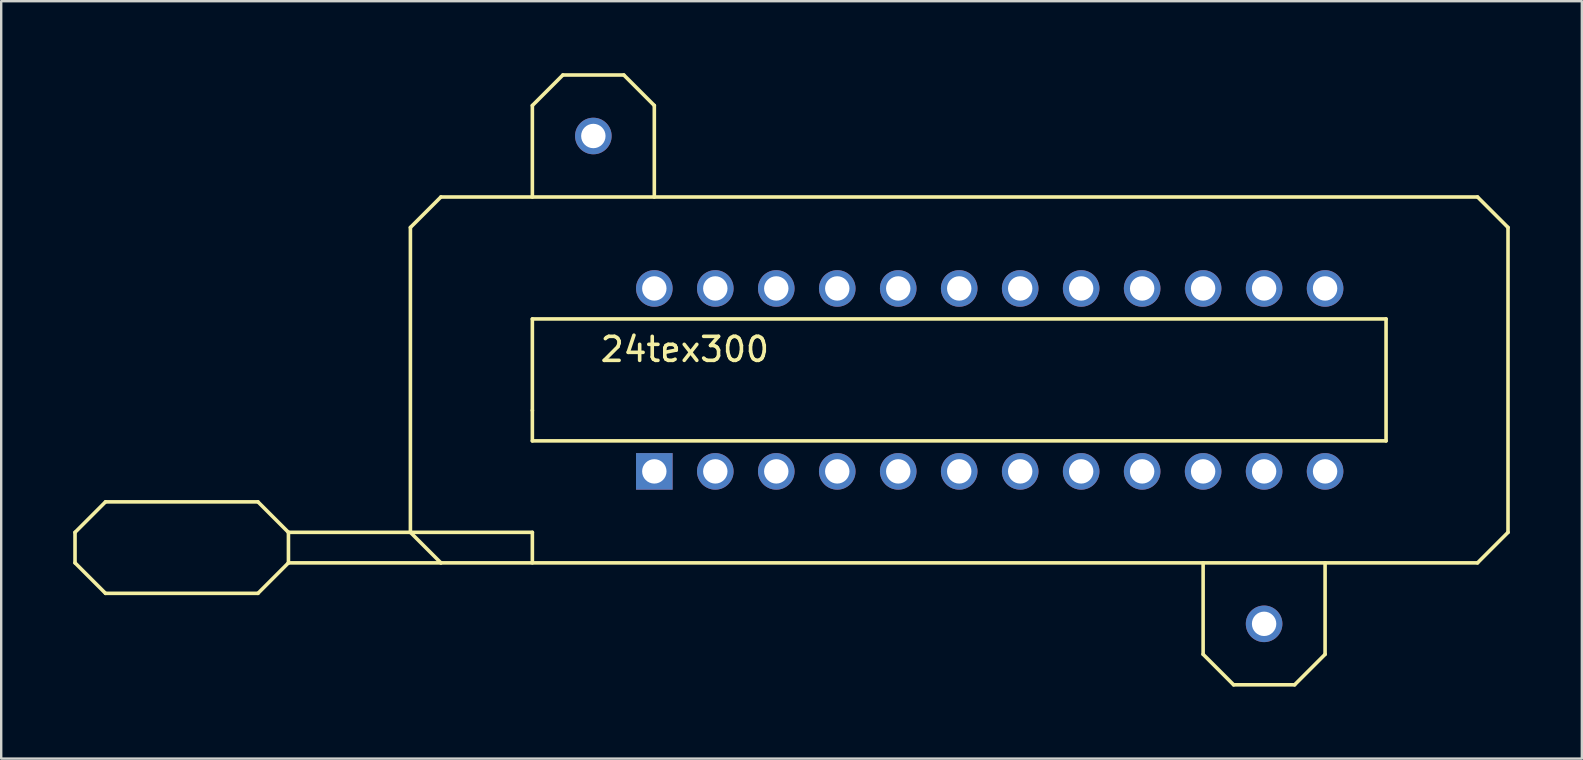
<source format=kicad_pcb>
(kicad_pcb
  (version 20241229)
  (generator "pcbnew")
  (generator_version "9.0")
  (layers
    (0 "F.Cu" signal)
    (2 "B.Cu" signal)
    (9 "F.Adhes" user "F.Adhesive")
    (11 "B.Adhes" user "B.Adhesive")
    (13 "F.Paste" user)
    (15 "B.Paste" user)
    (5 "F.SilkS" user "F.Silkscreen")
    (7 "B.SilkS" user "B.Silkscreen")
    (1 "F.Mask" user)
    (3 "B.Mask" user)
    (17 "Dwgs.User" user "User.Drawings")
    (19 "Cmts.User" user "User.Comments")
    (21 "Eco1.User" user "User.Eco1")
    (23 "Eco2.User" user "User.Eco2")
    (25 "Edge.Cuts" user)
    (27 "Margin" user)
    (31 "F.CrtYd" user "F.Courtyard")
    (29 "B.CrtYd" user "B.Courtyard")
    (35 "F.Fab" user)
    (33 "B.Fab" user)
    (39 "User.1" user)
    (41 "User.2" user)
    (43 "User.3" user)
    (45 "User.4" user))
  (footprint "24tex300"
    (layer "F.Cu")
    (at 38.175 12.775)
    (property "Reference" "24tex300" (at -12.7 -1.27 0) (layer "F.SilkS") (effects (font (size 1 1) (thickness 0.15))))
    (attr through_hole)
    (fp_line (start -38.1 6.35) (end -38.1 7.62) (stroke (width 0.15) (type solid)) (layer "F.SilkS"))
    (fp_line (start -38.1 7.62) (end -36.83 8.89) (stroke (width 0.15) (type solid)) (layer "F.SilkS"))
    (fp_line (start -36.83 5.08) (end -38.1 6.35) (stroke (width 0.15) (type solid)) (layer "F.SilkS"))
    (fp_line (start -36.83 8.89) (end -30.48 8.89) (stroke (width 0.15) (type solid)) (layer "F.SilkS"))
    (fp_line (start -30.48 5.08) (end -36.83 5.08) (stroke (width 0.15) (type solid)) (layer "F.SilkS"))
    (fp_line (start -30.48 5.08) (end -29.21 6.35) (stroke (width 0.15) (type solid)) (layer "F.SilkS"))
    (fp_line (start -30.48 8.89) (end -29.21 7.62) (stroke (width 0.15) (type solid)) (layer "F.SilkS"))
    (fp_line (start -29.21 6.35) (end -29.21 7.62) (stroke (width 0.15) (type solid)) (layer "F.SilkS"))
    (fp_line (start -29.21 6.35) (end -19.05 6.35) (stroke (width 0.15) (type solid)) (layer "F.SilkS"))
    (fp_line (start -29.21 7.62) (end -22.86 7.62) (stroke (width 0.15) (type solid)) (layer "F.SilkS"))
    (fp_line (start -24.13 -6.35) (end -24.13 6.35) (stroke (width 0.15) (type solid)) (layer "F.SilkS"))
    (fp_line (start -24.13 6.35) (end -22.86 7.62) (stroke (width 0.15) (type solid)) (layer "F.SilkS"))
    (fp_line (start -22.86 -7.62) (end -24.13 -6.35) (stroke (width 0.15) (type solid)) (layer "F.SilkS"))
    (fp_line (start -22.86 7.62) (end 20.32 7.62) (stroke (width 0.15) (type solid)) (layer "F.SilkS"))
    (fp_line (start -19.05 -11.43) (end -19.05 -7.62) (stroke (width 0.15) (type solid)) (layer "F.SilkS"))
    (fp_line (start -19.05 -2.54) (end 16.51 -2.54) (stroke (width 0.15) (type solid)) (layer "F.SilkS"))
    (fp_line (start -19.05 1.27) (end -19.05 -2.54) (stroke (width 0.15) (type solid)) (layer "F.SilkS"))
    (fp_line (start -19.05 2.54) (end -19.05 1.27) (stroke (width 0.15) (type solid)) (layer "F.SilkS"))
    (fp_line (start -19.05 6.35) (end -19.05 7.62) (stroke (width 0.15) (type solid)) (layer "F.SilkS"))
    (fp_line (start -17.78 -12.7) (end -19.05 -11.43) (stroke (width 0.15) (type solid)) (layer "F.SilkS"))
    (fp_line (start -15.24 -12.7) (end -17.78 -12.7) (stroke (width 0.15) (type solid)) (layer "F.SilkS"))
    (fp_line (start -13.97 -11.43) (end -15.24 -12.7) (stroke (width 0.15) (type solid)) (layer "F.SilkS"))
    (fp_line (start -13.97 -7.62) (end -13.97 -11.43) (stroke (width 0.15) (type solid)) (layer "F.SilkS"))
    (fp_line (start 8.89 11.43) (end 8.89 7.62) (stroke (width 0.15) (type solid)) (layer "F.SilkS"))
    (fp_line (start 10.16 12.7) (end 8.89 11.43) (stroke (width 0.15) (type solid)) (layer "F.SilkS"))
    (fp_line (start 12.7 12.7) (end 10.16 12.7) (stroke (width 0.15) (type solid)) (layer "F.SilkS"))
    (fp_line (start 13.97 7.62) (end 13.97 11.43) (stroke (width 0.15) (type solid)) (layer "F.SilkS"))
    (fp_line (start 13.97 11.43) (end 12.7 12.7) (stroke (width 0.15) (type solid)) (layer "F.SilkS"))
    (fp_line (start 16.51 -2.54) (end 16.51 2.54) (stroke (width 0.15) (type solid)) (layer "F.SilkS"))
    (fp_line (start 16.51 2.54) (end -19.05 2.54) (stroke (width 0.15) (type solid)) (layer "F.SilkS"))
    (fp_line (start 20.32 -7.62) (end -22.86 -7.62) (stroke (width 0.15) (type solid)) (layer "F.SilkS"))
    (fp_line (start 20.32 7.62) (end 21.59 6.35) (stroke (width 0.15) (type solid)) (layer "F.SilkS"))
    (fp_line (start 21.59 -6.35) (end 20.32 -7.62) (stroke (width 0.15) (type solid)) (layer "F.SilkS"))
    (fp_line (start 21.59 6.35) (end 21.59 -6.35) (stroke (width 0.15) (type solid)) (layer "F.SilkS"))
    (pad "1" thru_hole rect (at -13.97 3.81) (size 1.524 1.524) (drill 1.016) (layers "*.Cu" "*.Mask"))
    (pad "2" thru_hole circle (at -11.43 3.81) (size 1.524 1.524) (drill 1.016) (layers "*.Cu" "*.Mask"))
    (pad "3" thru_hole circle (at -8.89 3.81) (size 1.524 1.524) (drill 1.016) (layers "*.Cu" "*.Mask"))
    (pad "4" thru_hole circle (at -6.35 3.81) (size 1.524 1.524) (drill 1.016) (layers "*.Cu" "*.Mask"))
    (pad "5" thru_hole circle (at -3.81 3.81) (size 1.524 1.524) (drill 1.016) (layers "*.Cu" "*.Mask"))
    (pad "6" thru_hole circle (at -1.27 3.81) (size 1.524 1.524) (drill 1.016) (layers "*.Cu" "*.Mask"))
    (pad "7" thru_hole circle (at 1.27 3.81) (size 1.524 1.524) (drill 1.016) (layers "*.Cu" "*.Mask"))
    (pad "8" thru_hole circle (at 3.81 3.81) (size 1.524 1.524) (drill 1.016) (layers "*.Cu" "*.Mask"))
    (pad "9" thru_hole circle (at 6.35 3.81) (size 1.524 1.524) (drill 1.016) (layers "*.Cu" "*.Mask"))
    (pad "10" thru_hole circle (at 8.89 3.81) (size 1.524 1.524) (drill 1.016) (layers "*.Cu" "*.Mask"))
    (pad "11" thru_hole circle (at 11.43 3.81) (size 1.524 1.524) (drill 1.016) (layers "*.Cu" "*.Mask"))
    (pad "12" thru_hole circle (at 13.97 3.81) (size 1.524 1.524) (drill 1.016) (layers "*.Cu" "*.Mask"))
    (pad "13" thru_hole circle (at 13.97 -3.81) (size 1.524 1.524) (drill 1.016) (layers "*.Cu" "*.Mask"))
    (pad "14" thru_hole circle (at 11.43 -3.81) (size 1.524 1.524) (drill 1.016) (layers "*.Cu" "*.Mask"))
    (pad "15" thru_hole circle (at 8.89 -3.81) (size 1.524 1.524) (drill 1.016) (layers "*.Cu" "*.Mask"))
    (pad "16" thru_hole circle (at 6.35 -3.81) (size 1.524 1.524) (drill 1.016) (layers "*.Cu" "*.Mask"))
    (pad "17" thru_hole circle (at 3.81 -3.81) (size 1.524 1.524) (drill 1.016) (layers "*.Cu" "*.Mask"))
    (pad "18" thru_hole circle (at 1.27 -3.81) (size 1.524 1.524) (drill 1.016) (layers "*.Cu" "*.Mask"))
    (pad "19" thru_hole circle (at -1.27 -3.81) (size 1.524 1.524) (drill 1.016) (layers "*.Cu" "*.Mask"))
    (pad "20" thru_hole circle (at -3.81 -3.81) (size 1.524 1.524) (drill 1.016) (layers "*.Cu" "*.Mask"))
    (pad "21" thru_hole circle (at -6.35 -3.81) (size 1.524 1.524) (drill 1.016) (layers "*.Cu" "*.Mask"))
    (pad "22" thru_hole circle (at -8.89 -3.81) (size 1.524 1.524) (drill 1.016) (layers "*.Cu" "*.Mask"))
    (pad "23" thru_hole circle (at -11.43 -3.81) (size 1.524 1.524) (drill 1.016) (layers "*.Cu" "*.Mask"))
    (pad "24" thru_hole circle (at -13.97 -3.81) (size 1.524 1.524) (drill 1.016) (layers "*.Cu" "*.Mask"))
    (pad "HOLE" thru_hole circle (at -16.51 -10.16) (size 1.524 1.524) (drill 1.016) (layers "*.Cu" "*.Mask"))
    (pad "HOLE" thru_hole circle (at 11.43 10.16) (size 1.524 1.524) (drill 1.016) (layers "*.Cu" "*.Mask")))
  (gr_rect
    (start -3 -3)
    (end 62.84 28.55)
    (stroke (width 0.1) (type default))
    (fill no)
    (layer "Edge.Cuts")))
</source>
